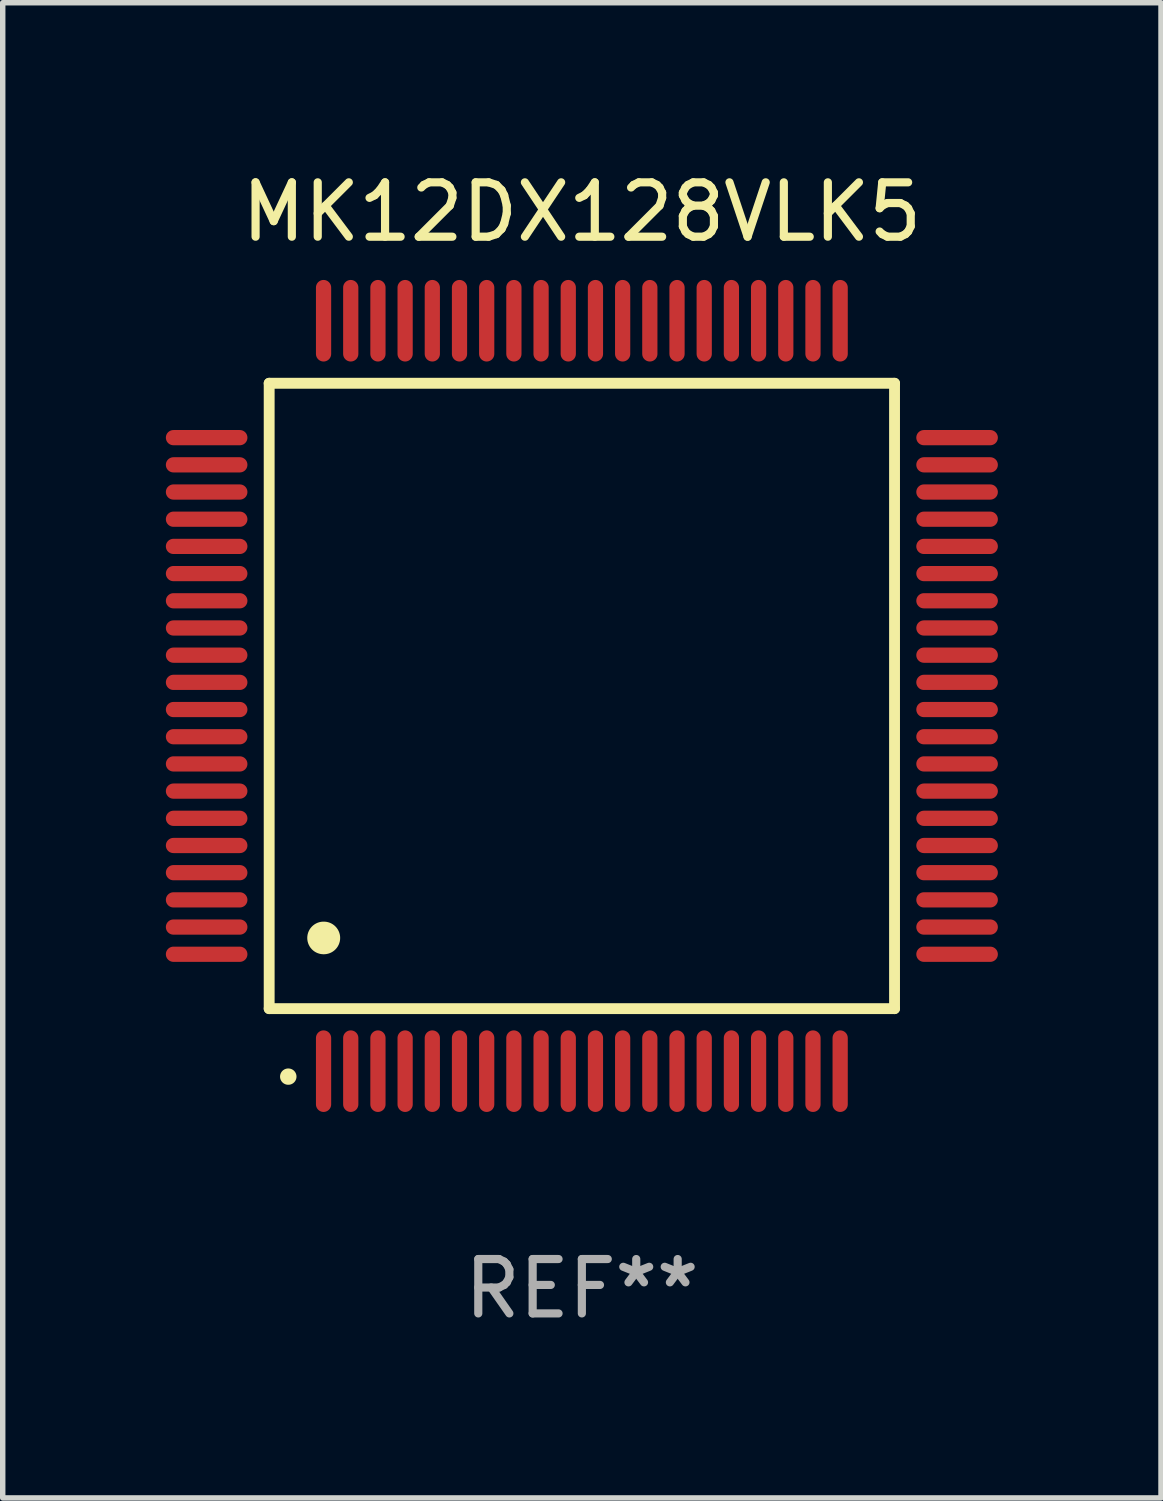
<source format=kicad_pcb>
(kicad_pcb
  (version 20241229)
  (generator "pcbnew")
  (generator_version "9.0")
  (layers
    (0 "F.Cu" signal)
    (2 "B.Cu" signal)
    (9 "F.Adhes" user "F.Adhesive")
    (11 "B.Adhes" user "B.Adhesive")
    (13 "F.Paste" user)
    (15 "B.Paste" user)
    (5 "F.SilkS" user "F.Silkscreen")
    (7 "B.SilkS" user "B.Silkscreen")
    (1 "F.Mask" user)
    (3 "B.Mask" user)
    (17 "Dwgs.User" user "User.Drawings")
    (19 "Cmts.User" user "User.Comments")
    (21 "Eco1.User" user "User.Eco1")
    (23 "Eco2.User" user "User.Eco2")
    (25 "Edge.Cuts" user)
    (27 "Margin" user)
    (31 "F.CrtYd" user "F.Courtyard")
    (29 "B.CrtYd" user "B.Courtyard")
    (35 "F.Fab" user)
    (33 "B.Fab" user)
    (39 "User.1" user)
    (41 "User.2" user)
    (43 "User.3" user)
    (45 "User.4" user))
  (footprint "MK12DX128VLK5"
    (layer "F.Cu")
    (at 7.65 9.748)
    (property "Reference" "MK12DX128VLK5" (at 0 -8.9 0) (layer "F.SilkS") (effects (font (size 1 1) (thickness 0.15))))
    (attr through_hole)
    (fp_line (start -5.75 -5.75) (end 5.75 -5.75) (stroke (width 0.2) (type solid)) (layer "F.SilkS"))
    (fp_line (start -5.75 5.75) (end -5.75 -5.75) (stroke (width 0.2) (type solid)) (layer "F.SilkS"))
    (fp_line (start 5.75 -5.75) (end 5.75 5.75) (stroke (width 0.2) (type solid)) (layer "F.SilkS"))
    (fp_line (start 5.75 5.75) (end -5.75 5.75) (stroke (width 0.2) (type solid)) (layer "F.SilkS"))
    (fp_arc (start -5.400051 7.000254) (mid -5.398781 7.000249) (end -5.397511 7.000254) (stroke (width 0.3) (type solid)) (layer "F.SilkS"))
    (fp_arc (start -4.749809 4.450089) (mid -4.747269 4.450078) (end -4.744729 4.450089) (stroke (width 0.6) (type solid)) (layer "F.SilkS"))
    (fp_text user "REF**" (at 0 10.9 0) (layer "F.Fab") (effects (font (size 1 1) (thickness 0.15))))
    (pad "1" smd oval (at -4.75 6.9) (size 0.28 1.5) (layers "F.Cu" "F.Mask" "F.Paste"))
    (pad "2" smd oval (at -4.25 6.9) (size 0.28 1.5) (layers "F.Cu" "F.Mask" "F.Paste"))
    (pad "3" smd oval (at -3.75 6.9) (size 0.28 1.5) (layers "F.Cu" "F.Mask" "F.Paste"))
    (pad "4" smd oval (at -3.25 6.9) (size 0.28 1.5) (layers "F.Cu" "F.Mask" "F.Paste"))
    (pad "5" smd oval (at -2.75 6.9) (size 0.28 1.5) (layers "F.Cu" "F.Mask" "F.Paste"))
    (pad "6" smd oval (at -2.25 6.9) (size 0.28 1.5) (layers "F.Cu" "F.Mask" "F.Paste"))
    (pad "7" smd oval (at -1.75 6.9) (size 0.28 1.5) (layers "F.Cu" "F.Mask" "F.Paste"))
    (pad "8" smd oval (at -1.25 6.9) (size 0.28 1.5) (layers "F.Cu" "F.Mask" "F.Paste"))
    (pad "9" smd oval (at -0.75 6.9) (size 0.28 1.5) (layers "F.Cu" "F.Mask" "F.Paste"))
    (pad "10" smd oval (at -0.25 6.9) (size 0.28 1.5) (layers "F.Cu" "F.Mask" "F.Paste"))
    (pad "11" smd oval (at 0.25 6.9) (size 0.28 1.5) (layers "F.Cu" "F.Mask" "F.Paste"))
    (pad "12" smd oval (at 0.75 6.9) (size 0.28 1.5) (layers "F.Cu" "F.Mask" "F.Paste"))
    (pad "13" smd oval (at 1.25 6.9) (size 0.28 1.5) (layers "F.Cu" "F.Mask" "F.Paste"))
    (pad "14" smd oval (at 1.75 6.9) (size 0.28 1.5) (layers "F.Cu" "F.Mask" "F.Paste"))
    (pad "15" smd oval (at 2.25 6.9) (size 0.28 1.5) (layers "F.Cu" "F.Mask" "F.Paste"))
    (pad "16" smd oval (at 2.75 6.9) (size 0.28 1.5) (layers "F.Cu" "F.Mask" "F.Paste"))
    (pad "17" smd oval (at 3.25 6.9) (size 0.28 1.5) (layers "F.Cu" "F.Mask" "F.Paste"))
    (pad "18" smd oval (at 3.75 6.9) (size 0.28 1.5) (layers "F.Cu" "F.Mask" "F.Paste"))
    (pad "19" smd oval (at 4.25 6.9) (size 0.28 1.5) (layers "F.Cu" "F.Mask" "F.Paste"))
    (pad "20" smd oval (at 4.75 6.9) (size 0.28 1.5) (layers "F.Cu" "F.Mask" "F.Paste"))
    (pad "21" smd oval (at 6.9 4.75) (size 1.5 0.28) (layers "F.Cu" "F.Mask" "F.Paste"))
    (pad "22" smd oval (at 6.9 4.25) (size 1.5 0.28) (layers "F.Cu" "F.Mask" "F.Paste"))
    (pad "23" smd oval (at 6.9 3.75) (size 1.5 0.28) (layers "F.Cu" "F.Mask" "F.Paste"))
    (pad "24" smd oval (at 6.9 3.25) (size 1.5 0.28) (layers "F.Cu" "F.Mask" "F.Paste"))
    (pad "25" smd oval (at 6.9 2.75) (size 1.5 0.28) (layers "F.Cu" "F.Mask" "F.Paste"))
    (pad "26" smd oval (at 6.9 2.25) (size 1.5 0.28) (layers "F.Cu" "F.Mask" "F.Paste"))
    (pad "27" smd oval (at 6.9 1.75) (size 1.5 0.28) (layers "F.Cu" "F.Mask" "F.Paste"))
    (pad "28" smd oval (at 6.9 1.25) (size 1.5 0.28) (layers "F.Cu" "F.Mask" "F.Paste"))
    (pad "29" smd oval (at 6.9 0.75) (size 1.5 0.28) (layers "F.Cu" "F.Mask" "F.Paste"))
    (pad "30" smd oval (at 6.9 0.25) (size 1.5 0.28) (layers "F.Cu" "F.Mask" "F.Paste"))
    (pad "31" smd oval (at 6.9 -0.25) (size 1.5 0.28) (layers "F.Cu" "F.Mask" "F.Paste"))
    (pad "32" smd oval (at 6.9 -0.75) (size 1.5 0.28) (layers "F.Cu" "F.Mask" "F.Paste"))
    (pad "33" smd oval (at 6.9 -1.25) (size 1.5 0.28) (layers "F.Cu" "F.Mask" "F.Paste"))
    (pad "34" smd oval (at 6.9 -1.75) (size 1.5 0.28) (layers "F.Cu" "F.Mask" "F.Paste"))
    (pad "35" smd oval (at 6.9 -2.25) (size 1.5 0.28) (layers "F.Cu" "F.Mask" "F.Paste"))
    (pad "36" smd oval (at 6.9 -2.75) (size 1.5 0.28) (layers "F.Cu" "F.Mask" "F.Paste"))
    (pad "37" smd oval (at 6.9 -3.25) (size 1.5 0.28) (layers "F.Cu" "F.Mask" "F.Paste"))
    (pad "38" smd oval (at 6.9 -3.75) (size 1.5 0.28) (layers "F.Cu" "F.Mask" "F.Paste"))
    (pad "39" smd oval (at 6.9 -4.25) (size 1.5 0.28) (layers "F.Cu" "F.Mask" "F.Paste"))
    (pad "40" smd oval (at 6.9 -4.75) (size 1.5 0.28) (layers "F.Cu" "F.Mask" "F.Paste"))
    (pad "41" smd oval (at 4.75 -6.9) (size 0.28 1.5) (layers "F.Cu" "F.Mask" "F.Paste"))
    (pad "42" smd oval (at 4.25 -6.9) (size 0.28 1.5) (layers "F.Cu" "F.Mask" "F.Paste"))
    (pad "43" smd oval (at 3.75 -6.9) (size 0.28 1.5) (layers "F.Cu" "F.Mask" "F.Paste"))
    (pad "44" smd oval (at 3.25 -6.9) (size 0.28 1.5) (layers "F.Cu" "F.Mask" "F.Paste"))
    (pad "45" smd oval (at 2.75 -6.9) (size 0.28 1.5) (layers "F.Cu" "F.Mask" "F.Paste"))
    (pad "46" smd oval (at 2.25 -6.9) (size 0.28 1.5) (layers "F.Cu" "F.Mask" "F.Paste"))
    (pad "47" smd oval (at 1.75 -6.9) (size 0.28 1.5) (layers "F.Cu" "F.Mask" "F.Paste"))
    (pad "48" smd oval (at 1.25 -6.9) (size 0.28 1.5) (layers "F.Cu" "F.Mask" "F.Paste"))
    (pad "49" smd oval (at 0.75 -6.9) (size 0.28 1.5) (layers "F.Cu" "F.Mask" "F.Paste"))
    (pad "50" smd oval (at 0.25 -6.9) (size 0.28 1.5) (layers "F.Cu" "F.Mask" "F.Paste"))
    (pad "51" smd oval (at -0.25 -6.9) (size 0.28 1.5) (layers "F.Cu" "F.Mask" "F.Paste"))
    (pad "52" smd oval (at -0.75 -6.9) (size 0.28 1.5) (layers "F.Cu" "F.Mask" "F.Paste"))
    (pad "53" smd oval (at -1.25 -6.9) (size 0.28 1.5) (layers "F.Cu" "F.Mask" "F.Paste"))
    (pad "54" smd oval (at -1.75 -6.9) (size 0.28 1.5) (layers "F.Cu" "F.Mask" "F.Paste"))
    (pad "55" smd oval (at -2.25 -6.9) (size 0.28 1.5) (layers "F.Cu" "F.Mask" "F.Paste"))
    (pad "56" smd oval (at -2.75 -6.9) (size 0.28 1.5) (layers "F.Cu" "F.Mask" "F.Paste"))
    (pad "57" smd oval (at -3.25 -6.9) (size 0.28 1.5) (layers "F.Cu" "F.Mask" "F.Paste"))
    (pad "58" smd oval (at -3.75 -6.9) (size 0.28 1.5) (layers "F.Cu" "F.Mask" "F.Paste"))
    (pad "59" smd oval (at -4.25 -6.9) (size 0.28 1.5) (layers "F.Cu" "F.Mask" "F.Paste"))
    (pad "60" smd oval (at -4.75 -6.9) (size 0.28 1.5) (layers "F.Cu" "F.Mask" "F.Paste"))
    (pad "61" smd oval (at -6.9 -4.75) (size 1.5 0.28) (layers "F.Cu" "F.Mask" "F.Paste"))
    (pad "62" smd oval (at -6.9 -4.25) (size 1.5 0.28) (layers "F.Cu" "F.Mask" "F.Paste"))
    (pad "63" smd oval (at -6.9 -3.75) (size 1.5 0.28) (layers "F.Cu" "F.Mask" "F.Paste"))
    (pad "64" smd oval (at -6.9 -3.25) (size 1.5 0.28) (layers "F.Cu" "F.Mask" "F.Paste"))
    (pad "65" smd oval (at -6.9 -2.75) (size 1.5 0.28) (layers "F.Cu" "F.Mask" "F.Paste"))
    (pad "66" smd oval (at -6.9 -2.25) (size 1.5 0.28) (layers "F.Cu" "F.Mask" "F.Paste"))
    (pad "67" smd oval (at -6.9 -1.75) (size 1.5 0.28) (layers "F.Cu" "F.Mask" "F.Paste"))
    (pad "68" smd oval (at -6.9 -1.25) (size 1.5 0.28) (layers "F.Cu" "F.Mask" "F.Paste"))
    (pad "69" smd oval (at -6.9 -0.75) (size 1.5 0.28) (layers "F.Cu" "F.Mask" "F.Paste"))
    (pad "70" smd oval (at -6.9 -0.25) (size 1.5 0.28) (layers "F.Cu" "F.Mask" "F.Paste"))
    (pad "71" smd oval (at -6.9 0.25) (size 1.5 0.28) (layers "F.Cu" "F.Mask" "F.Paste"))
    (pad "72" smd oval (at -6.9 0.75) (size 1.5 0.28) (layers "F.Cu" "F.Mask" "F.Paste"))
    (pad "73" smd oval (at -6.9 1.25) (size 1.5 0.28) (layers "F.Cu" "F.Mask" "F.Paste"))
    (pad "74" smd oval (at -6.9 1.75) (size 1.5 0.28) (layers "F.Cu" "F.Mask" "F.Paste"))
    (pad "75" smd oval (at -6.9 2.25) (size 1.5 0.28) (layers "F.Cu" "F.Mask" "F.Paste"))
    (pad "76" smd oval (at -6.9 2.75) (size 1.5 0.28) (layers "F.Cu" "F.Mask" "F.Paste"))
    (pad "77" smd oval (at -6.9 3.25) (size 1.5 0.28) (layers "F.Cu" "F.Mask" "F.Paste"))
    (pad "78" smd oval (at -6.9 3.75) (size 1.5 0.28) (layers "F.Cu" "F.Mask" "F.Paste"))
    (pad "79" smd oval (at -6.9 4.25) (size 1.5 0.28) (layers "F.Cu" "F.Mask" "F.Paste"))
    (pad "80" smd oval (at -6.9 4.75) (size 1.5 0.28) (layers "F.Cu" "F.Mask" "F.Paste")))
  (gr_rect
    (start -3 -3)
    (end 18.3 24.496)
    (stroke (width 0.1) (type default))
    (fill no)
    (layer "Edge.Cuts")))
</source>
